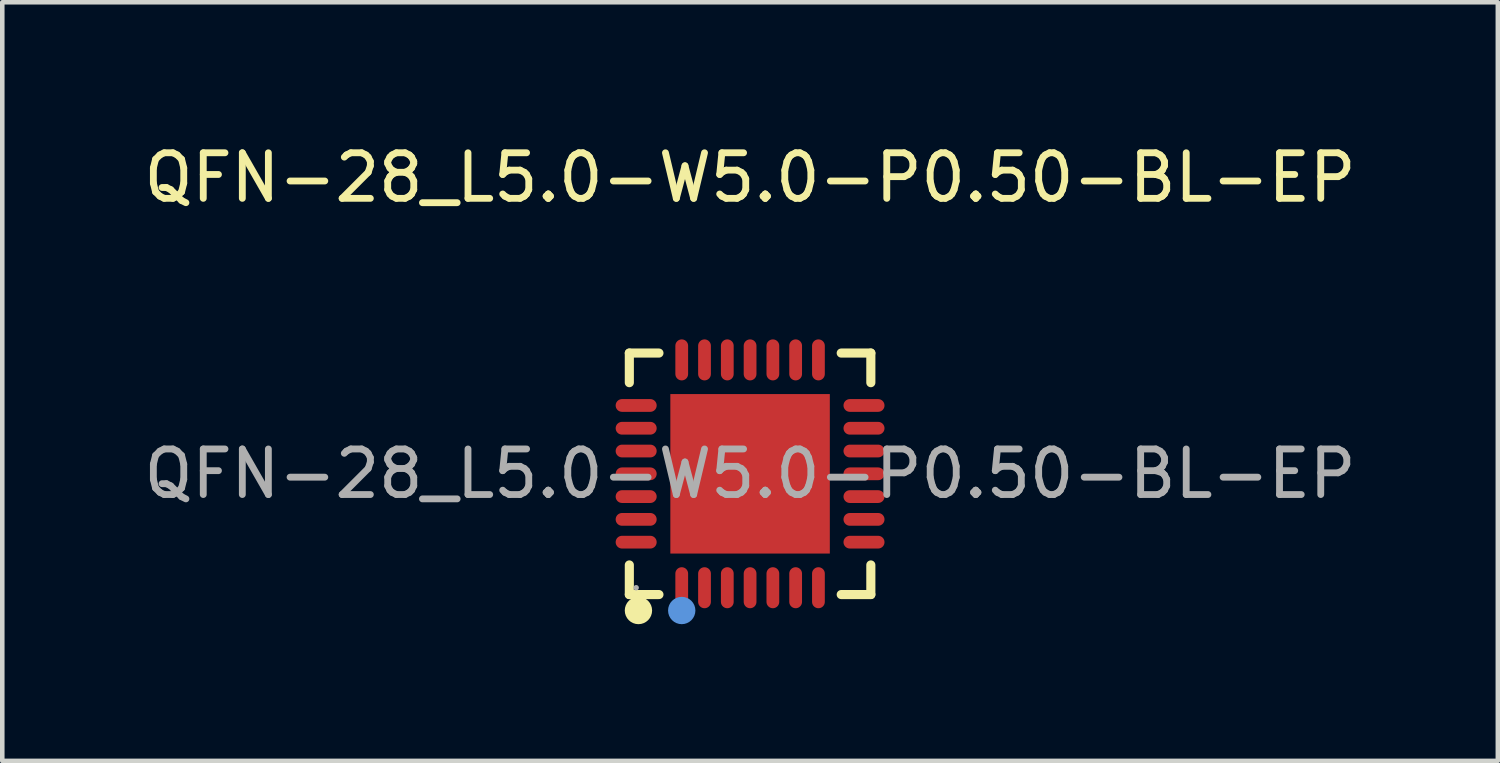
<source format=kicad_pcb>
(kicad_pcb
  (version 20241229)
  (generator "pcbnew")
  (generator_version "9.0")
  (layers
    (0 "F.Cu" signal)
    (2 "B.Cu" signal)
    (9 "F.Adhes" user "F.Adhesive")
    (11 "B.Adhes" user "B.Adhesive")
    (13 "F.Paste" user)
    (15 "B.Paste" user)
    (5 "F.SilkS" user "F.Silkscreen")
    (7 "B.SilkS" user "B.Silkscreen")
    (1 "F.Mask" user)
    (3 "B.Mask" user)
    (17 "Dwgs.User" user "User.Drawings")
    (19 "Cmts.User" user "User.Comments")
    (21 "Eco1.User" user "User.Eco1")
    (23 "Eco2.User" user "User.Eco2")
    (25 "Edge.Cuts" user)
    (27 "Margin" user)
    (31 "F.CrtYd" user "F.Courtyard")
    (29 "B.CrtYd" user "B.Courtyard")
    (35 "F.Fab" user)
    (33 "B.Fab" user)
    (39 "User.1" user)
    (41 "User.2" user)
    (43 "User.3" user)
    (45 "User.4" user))
  (footprint "QFN-28_L5.0-W5.0-P0.50-BL-EP"
    (layer "F.Cu")
    (at 13.411 7.348)
    (property "Reference" "QFN-28_L5.0-W5.0-P0.50-BL-EP" (at 0 -6.5 0) (layer "F.SilkS") (effects (font (size 1 1) (thickness 0.15))))
    (attr smd)
    (fp_line (start -2.65 -2.65) (end -2.65 -2) (stroke (width 0.2) (type solid)) (layer "F.SilkS"))
    (fp_line (start -2.65 2.65) (end -2.65 2) (stroke (width 0.2) (type solid)) (layer "F.SilkS"))
    (fp_line (start -2 -2.65) (end -2.65 -2.65) (stroke (width 0.2) (type solid)) (layer "F.SilkS"))
    (fp_line (start -2 2.65) (end -2.65 2.65) (stroke (width 0.2) (type solid)) (layer "F.SilkS"))
    (fp_line (start 2 2.65) (end 2.65 2.65) (stroke (width 0.2) (type solid)) (layer "F.SilkS"))
    (fp_line (start 2.65 -2.65) (end 2 -2.65) (stroke (width 0.2) (type solid)) (layer "F.SilkS"))
    (fp_line (start 2.65 -2) (end 2.65 -2.65) (stroke (width 0.2) (type solid)) (layer "F.SilkS"))
    (fp_line (start 2.65 2.65) (end 2.65 2) (stroke (width 0.2) (type solid)) (layer "F.SilkS"))
    (fp_arc (start -2.45 3) (mid -2.45 3) (end -2.45 3) (stroke (width 0.3) (type solid)) (layer "F.SilkS"))
    (fp_circle (center -1.5 3) (end -1.35 3) (stroke (width 0.3) (type solid)) (fill no) (layer "Cmts.User"))
    (fp_circle (center -2.5 2.5) (end -2.47 2.5) (stroke (width 0.06) (type solid)) (fill no) (layer "F.Fab"))
    (fp_text user "${REFERENCE}" (at 0 0 0) (layer "F.Fab") (effects (font (size 1 1) (thickness 0.15))))
    (pad "1" smd oval (at -1.5 2.5 180) (size 0.28 0.9) (layers "F.Cu" "F.Mask" "F.Paste"))
    (pad "2" smd oval (at -1 2.5 180) (size 0.28 0.9) (layers "F.Cu" "F.Mask" "F.Paste"))
    (pad "3" smd oval (at -0.5 2.5 180) (size 0.28 0.9) (layers "F.Cu" "F.Mask" "F.Paste"))
    (pad "4" smd oval (at 0 2.5 180) (size 0.28 0.9) (layers "F.Cu" "F.Mask" "F.Paste"))
    (pad "5" smd oval (at 0.5 2.5 180) (size 0.28 0.9) (layers "F.Cu" "F.Mask" "F.Paste"))
    (pad "6" smd oval (at 1 2.5 180) (size 0.28 0.9) (layers "F.Cu" "F.Mask" "F.Paste"))
    (pad "7" smd oval (at 1.5 2.5 180) (size 0.28 0.9) (layers "F.Cu" "F.Mask" "F.Paste"))
    (pad "8" smd oval (at 2.5 1.5 90) (size 0.28 0.9) (layers "F.Cu" "F.Mask" "F.Paste"))
    (pad "9" smd oval (at 2.5 1 90) (size 0.28 0.9) (layers "F.Cu" "F.Mask" "F.Paste"))
    (pad "10" smd oval (at 2.5 0.5 90) (size 0.28 0.9) (layers "F.Cu" "F.Mask" "F.Paste"))
    (pad "11" smd oval (at 2.5 0 90) (size 0.28 0.9) (layers "F.Cu" "F.Mask" "F.Paste"))
    (pad "12" smd oval (at 2.5 -0.5 90) (size 0.28 0.9) (layers "F.Cu" "F.Mask" "F.Paste"))
    (pad "13" smd oval (at 2.5 -1 90) (size 0.28 0.9) (layers "F.Cu" "F.Mask" "F.Paste"))
    (pad "14" smd oval (at 2.5 -1.5 90) (size 0.28 0.9) (layers "F.Cu" "F.Mask" "F.Paste"))
    (pad "15" smd oval (at 1.5 -2.5 180) (size 0.28 0.9) (layers "F.Cu" "F.Mask" "F.Paste"))
    (pad "16" smd oval (at 1 -2.5 180) (size 0.28 0.9) (layers "F.Cu" "F.Mask" "F.Paste"))
    (pad "17" smd oval (at 0.5 -2.5 180) (size 0.28 0.9) (layers "F.Cu" "F.Mask" "F.Paste"))
    (pad "18" smd oval (at 0 -2.5 180) (size 0.28 0.9) (layers "F.Cu" "F.Mask" "F.Paste"))
    (pad "19" smd oval (at -0.5 -2.5 180) (size 0.28 0.9) (layers "F.Cu" "F.Mask" "F.Paste"))
    (pad "20" smd oval (at -1 -2.5 180) (size 0.28 0.9) (layers "F.Cu" "F.Mask" "F.Paste"))
    (pad "21" smd oval (at -1.5 -2.5 180) (size 0.28 0.9) (layers "F.Cu" "F.Mask" "F.Paste"))
    (pad "22" smd oval (at -2.5 -1.5 90) (size 0.28 0.9) (layers "F.Cu" "F.Mask" "F.Paste"))
    (pad "23" smd oval (at -2.5 -1 90) (size 0.28 0.9) (layers "F.Cu" "F.Mask" "F.Paste"))
    (pad "24" smd oval (at -2.5 -0.5 90) (size 0.28 0.9) (layers "F.Cu" "F.Mask" "F.Paste"))
    (pad "25" smd oval (at -2.5 0 90) (size 0.28 0.9) (layers "F.Cu" "F.Mask" "F.Paste"))
    (pad "26" smd oval (at -2.5 0.5 90) (size 0.28 0.9) (layers "F.Cu" "F.Mask" "F.Paste"))
    (pad "27" smd oval (at -2.5 1 90) (size 0.28 0.9) (layers "F.Cu" "F.Mask" "F.Paste"))
    (pad "28" smd oval (at -2.5 1.5 90) (size 0.28 0.9) (layers "F.Cu" "F.Mask" "F.Paste"))
    (pad "29" smd rect (at 0 0 90) (size 3.5 3.5) (layers "F.Cu" "F.Mask" "F.Paste")))
  (gr_rect
    (start -3 -3)
    (end 29.821 13.648)
    (stroke (width 0.1) (type default))
    (fill no)
    (layer "Edge.Cuts")))
</source>
